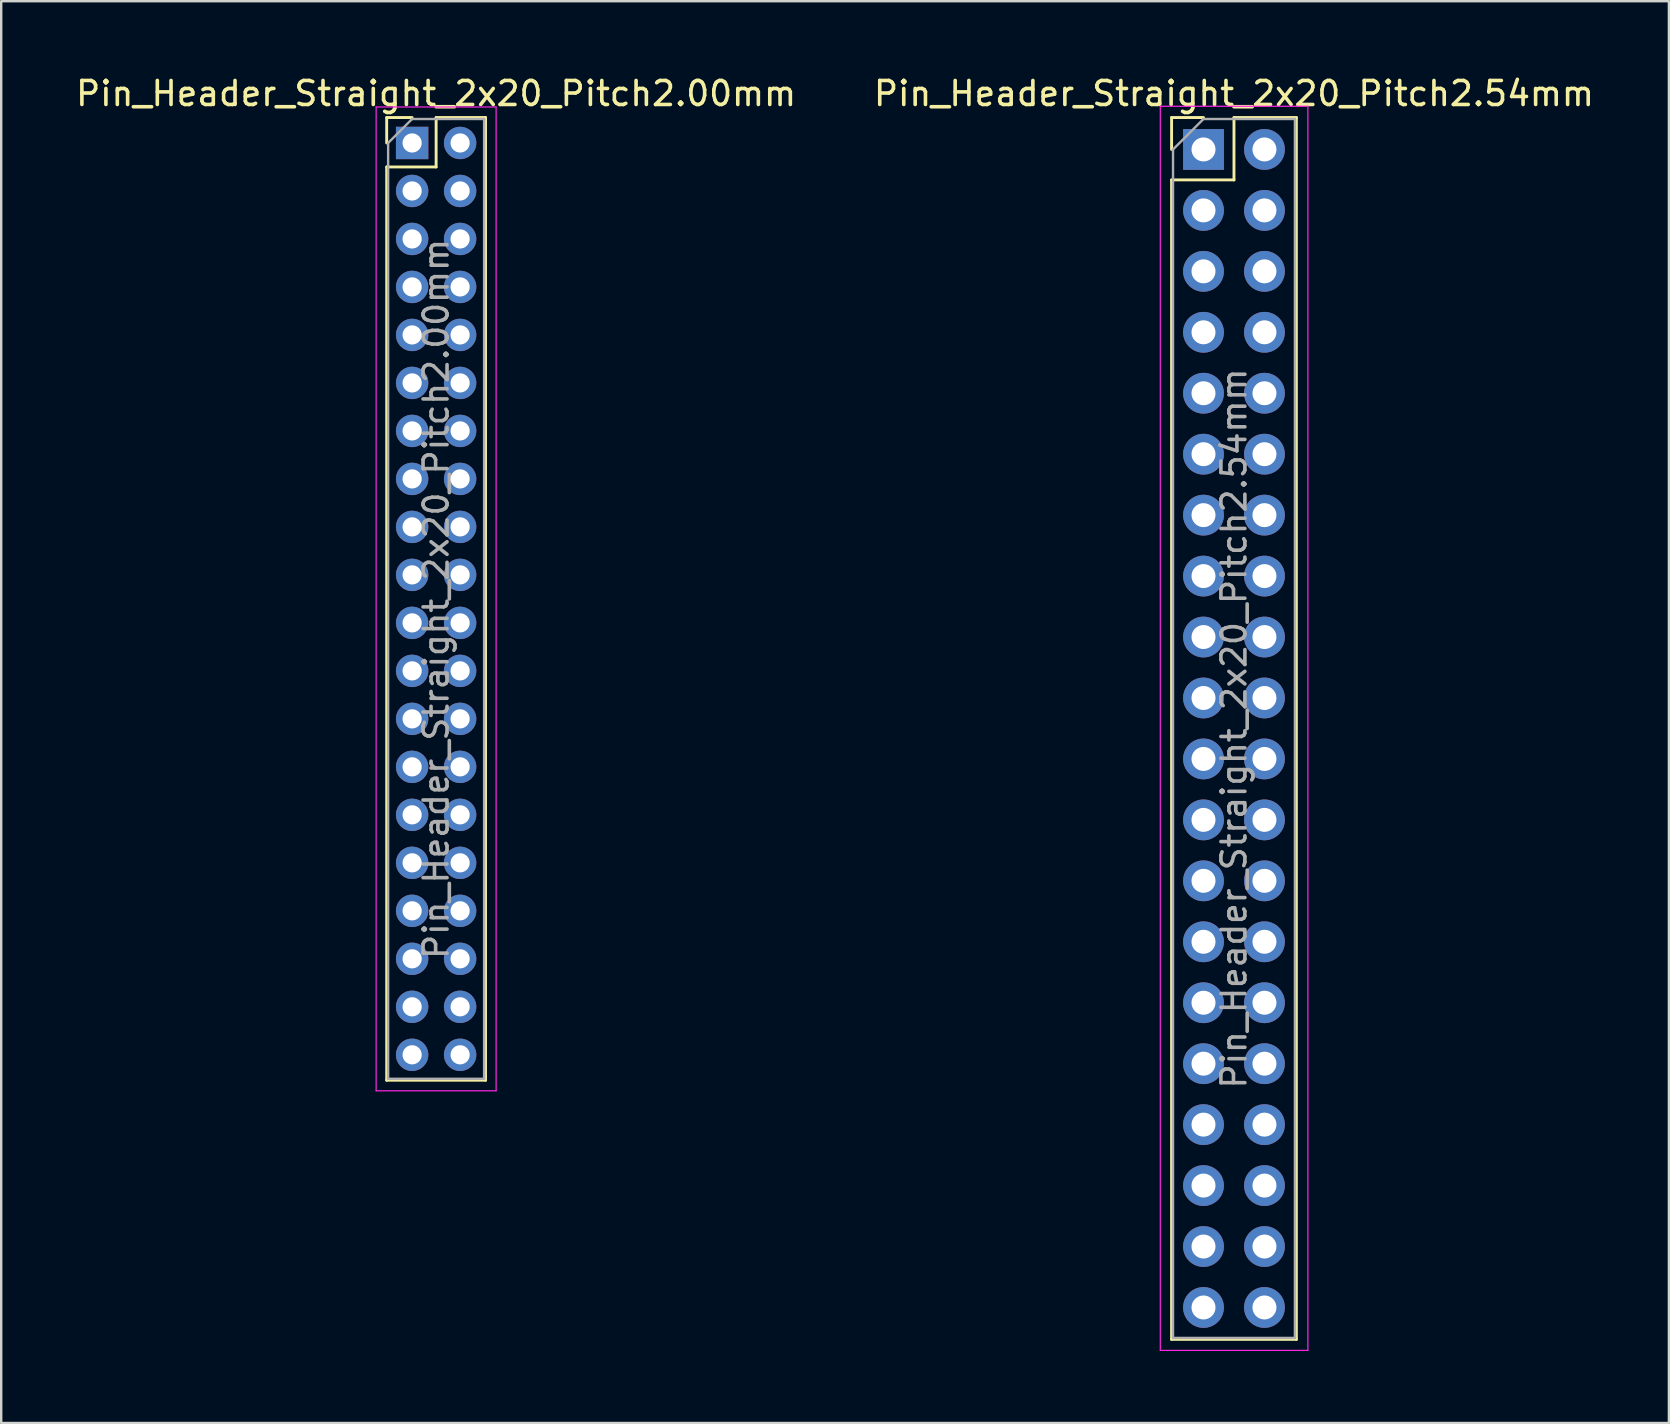
<source format=kicad_pcb>
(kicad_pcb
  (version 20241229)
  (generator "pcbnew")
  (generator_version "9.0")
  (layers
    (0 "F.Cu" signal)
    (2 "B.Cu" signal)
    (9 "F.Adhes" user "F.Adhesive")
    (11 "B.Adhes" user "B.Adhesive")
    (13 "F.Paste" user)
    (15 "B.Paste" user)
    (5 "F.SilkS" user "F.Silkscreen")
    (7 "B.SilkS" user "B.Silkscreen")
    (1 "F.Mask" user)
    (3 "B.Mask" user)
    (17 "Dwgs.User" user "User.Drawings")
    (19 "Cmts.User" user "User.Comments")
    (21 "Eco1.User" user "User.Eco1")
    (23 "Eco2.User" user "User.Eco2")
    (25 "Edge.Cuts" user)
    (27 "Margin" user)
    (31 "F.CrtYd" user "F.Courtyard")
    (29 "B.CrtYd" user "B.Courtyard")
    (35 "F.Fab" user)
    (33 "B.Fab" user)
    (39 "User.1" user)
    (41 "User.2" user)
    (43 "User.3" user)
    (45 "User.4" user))
  (footprint "Pin_Header_Straight_2x20_Pitch2.54mm"
    (layer "F.Cu")
    (at 47.105 3.178)
    (property "Reference" "Pin_Header_Straight_2x20_Pitch2.54mm" (at 1.27 -2.33 0) (layer "F.SilkS") (effects (font (size 1 1) (thickness 0.15))))
    (attr through_hole)
    (fp_line (start -1.33 -1.33) (end 0 -1.33) (stroke (width 0.12) (type solid)) (layer "F.SilkS"))
    (fp_line (start -1.33 0) (end -1.33 -1.33) (stroke (width 0.12) (type solid)) (layer "F.SilkS"))
    (fp_line (start -1.33 1.27) (end -1.33 49.59) (stroke (width 0.12) (type solid)) (layer "F.SilkS"))
    (fp_line (start -1.33 1.27) (end 1.27 1.27) (stroke (width 0.12) (type solid)) (layer "F.SilkS"))
    (fp_line (start -1.33 49.59) (end 3.87 49.59) (stroke (width 0.12) (type solid)) (layer "F.SilkS"))
    (fp_line (start 1.27 -1.33) (end 3.87 -1.33) (stroke (width 0.12) (type solid)) (layer "F.SilkS"))
    (fp_line (start 1.27 1.27) (end 1.27 -1.33) (stroke (width 0.12) (type solid)) (layer "F.SilkS"))
    (fp_line (start 3.87 -1.33) (end 3.87 49.59) (stroke (width 0.12) (type solid)) (layer "F.SilkS"))
    (fp_line (start -1.8 -1.8) (end -1.8 50.05) (stroke (width 0.05) (type solid)) (layer "F.CrtYd"))
    (fp_line (start -1.8 50.05) (end 4.35 50.05) (stroke (width 0.05) (type solid)) (layer "F.CrtYd"))
    (fp_line (start 4.35 -1.8) (end -1.8 -1.8) (stroke (width 0.05) (type solid)) (layer "F.CrtYd"))
    (fp_line (start 4.35 50.05) (end 4.35 -1.8) (stroke (width 0.05) (type solid)) (layer "F.CrtYd"))
    (fp_line (start -1.27 0) (end 0 -1.27) (stroke (width 0.1) (type solid)) (layer "F.Fab"))
    (fp_line (start -1.27 49.53) (end -1.27 0) (stroke (width 0.1) (type solid)) (layer "F.Fab"))
    (fp_line (start 0 -1.27) (end 3.81 -1.27) (stroke (width 0.1) (type solid)) (layer "F.Fab"))
    (fp_line (start 3.81 -1.27) (end 3.81 49.53) (stroke (width 0.1) (type solid)) (layer "F.Fab"))
    (fp_line (start 3.81 49.53) (end -1.27 49.53) (stroke (width 0.1) (type solid)) (layer "F.Fab"))
    (fp_text user "${REFERENCE}" (at 1.27 24.13 90) (layer "F.Fab") (effects (font (size 1 1) (thickness 0.15))))
    (pad "1" thru_hole rect (at 0 0) (size 1.7 1.7) (drill 1) (layers "*.Cu" "*.Mask"))
    (pad "2" thru_hole oval (at 2.54 0) (size 1.7 1.7) (drill 1) (layers "*.Cu" "*.Mask"))
    (pad "3" thru_hole oval (at 0 2.54) (size 1.7 1.7) (drill 1) (layers "*.Cu" "*.Mask"))
    (pad "4" thru_hole oval (at 2.54 2.54) (size 1.7 1.7) (drill 1) (layers "*.Cu" "*.Mask"))
    (pad "5" thru_hole oval (at 0 5.08) (size 1.7 1.7) (drill 1) (layers "*.Cu" "*.Mask"))
    (pad "6" thru_hole oval (at 2.54 5.08) (size 1.7 1.7) (drill 1) (layers "*.Cu" "*.Mask"))
    (pad "7" thru_hole oval (at 0 7.62) (size 1.7 1.7) (drill 1) (layers "*.Cu" "*.Mask"))
    (pad "8" thru_hole oval (at 2.54 7.62) (size 1.7 1.7) (drill 1) (layers "*.Cu" "*.Mask"))
    (pad "9" thru_hole oval (at 0 10.16) (size 1.7 1.7) (drill 1) (layers "*.Cu" "*.Mask"))
    (pad "10" thru_hole oval (at 2.54 10.16) (size 1.7 1.7) (drill 1) (layers "*.Cu" "*.Mask"))
    (pad "11" thru_hole oval (at 0 12.7) (size 1.7 1.7) (drill 1) (layers "*.Cu" "*.Mask"))
    (pad "12" thru_hole oval (at 2.54 12.7) (size 1.7 1.7) (drill 1) (layers "*.Cu" "*.Mask"))
    (pad "13" thru_hole oval (at 0 15.24) (size 1.7 1.7) (drill 1) (layers "*.Cu" "*.Mask"))
    (pad "14" thru_hole oval (at 2.54 15.24) (size 1.7 1.7) (drill 1) (layers "*.Cu" "*.Mask"))
    (pad "15" thru_hole oval (at 0 17.78) (size 1.7 1.7) (drill 1) (layers "*.Cu" "*.Mask"))
    (pad "16" thru_hole oval (at 2.54 17.78) (size 1.7 1.7) (drill 1) (layers "*.Cu" "*.Mask"))
    (pad "17" thru_hole oval (at 0 20.32) (size 1.7 1.7) (drill 1) (layers "*.Cu" "*.Mask"))
    (pad "18" thru_hole oval (at 2.54 20.32) (size 1.7 1.7) (drill 1) (layers "*.Cu" "*.Mask"))
    (pad "19" thru_hole oval (at 0 22.86) (size 1.7 1.7) (drill 1) (layers "*.Cu" "*.Mask"))
    (pad "20" thru_hole oval (at 2.54 22.86) (size 1.7 1.7) (drill 1) (layers "*.Cu" "*.Mask"))
    (pad "21" thru_hole oval (at 0 25.4) (size 1.7 1.7) (drill 1) (layers "*.Cu" "*.Mask"))
    (pad "22" thru_hole oval (at 2.54 25.4) (size 1.7 1.7) (drill 1) (layers "*.Cu" "*.Mask"))
    (pad "23" thru_hole oval (at 0 27.94) (size 1.7 1.7) (drill 1) (layers "*.Cu" "*.Mask"))
    (pad "24" thru_hole oval (at 2.54 27.94) (size 1.7 1.7) (drill 1) (layers "*.Cu" "*.Mask"))
    (pad "25" thru_hole oval (at 0 30.48) (size 1.7 1.7) (drill 1) (layers "*.Cu" "*.Mask"))
    (pad "26" thru_hole oval (at 2.54 30.48) (size 1.7 1.7) (drill 1) (layers "*.Cu" "*.Mask"))
    (pad "27" thru_hole oval (at 0 33.02) (size 1.7 1.7) (drill 1) (layers "*.Cu" "*.Mask"))
    (pad "28" thru_hole oval (at 2.54 33.02) (size 1.7 1.7) (drill 1) (layers "*.Cu" "*.Mask"))
    (pad "29" thru_hole oval (at 0 35.56) (size 1.7 1.7) (drill 1) (layers "*.Cu" "*.Mask"))
    (pad "30" thru_hole oval (at 2.54 35.56) (size 1.7 1.7) (drill 1) (layers "*.Cu" "*.Mask"))
    (pad "31" thru_hole oval (at 0 38.1) (size 1.7 1.7) (drill 1) (layers "*.Cu" "*.Mask"))
    (pad "32" thru_hole oval (at 2.54 38.1) (size 1.7 1.7) (drill 1) (layers "*.Cu" "*.Mask"))
    (pad "33" thru_hole oval (at 0 40.64) (size 1.7 1.7) (drill 1) (layers "*.Cu" "*.Mask"))
    (pad "34" thru_hole oval (at 2.54 40.64) (size 1.7 1.7) (drill 1) (layers "*.Cu" "*.Mask"))
    (pad "35" thru_hole oval (at 0 43.18) (size 1.7 1.7) (drill 1) (layers "*.Cu" "*.Mask"))
    (pad "36" thru_hole oval (at 2.54 43.18) (size 1.7 1.7) (drill 1) (layers "*.Cu" "*.Mask"))
    (pad "37" thru_hole oval (at 0 45.72) (size 1.7 1.7) (drill 1) (layers "*.Cu" "*.Mask"))
    (pad "38" thru_hole oval (at 2.54 45.72) (size 1.7 1.7) (drill 1) (layers "*.Cu" "*.Mask"))
    (pad "39" thru_hole oval (at 0 48.26) (size 1.7 1.7) (drill 1) (layers "*.Cu" "*.Mask"))
    (pad "40" thru_hole oval (at 2.54 48.26) (size 1.7 1.7) (drill 1) (layers "*.Cu" "*.Mask")))
  (footprint "Pin_Header_Straight_2x20_Pitch2.00mm"
    (layer "F.Cu")
    (at 14.125 2.908)
    (property "Reference" "Pin_Header_Straight_2x20_Pitch2.00mm" (at 1 -2.06 0) (layer "F.SilkS") (effects (font (size 1 1) (thickness 0.15))))
    (attr through_hole)
    (fp_line (start -1.06 -1.06) (end 0 -1.06) (stroke (width 0.12) (type solid)) (layer "F.SilkS"))
    (fp_line (start -1.06 0) (end -1.06 -1.06) (stroke (width 0.12) (type solid)) (layer "F.SilkS"))
    (fp_line (start -1.06 1) (end -1.06 39.06) (stroke (width 0.12) (type solid)) (layer "F.SilkS"))
    (fp_line (start -1.06 1) (end 1 1) (stroke (width 0.12) (type solid)) (layer "F.SilkS"))
    (fp_line (start -1.06 39.06) (end 3.06 39.06) (stroke (width 0.12) (type solid)) (layer "F.SilkS"))
    (fp_line (start 1 -1.06) (end 3.06 -1.06) (stroke (width 0.12) (type solid)) (layer "F.SilkS"))
    (fp_line (start 1 1) (end 1 -1.06) (stroke (width 0.12) (type solid)) (layer "F.SilkS"))
    (fp_line (start 3.06 -1.06) (end 3.06 39.06) (stroke (width 0.12) (type solid)) (layer "F.SilkS"))
    (fp_line (start -1.5 -1.5) (end -1.5 39.5) (stroke (width 0.05) (type solid)) (layer "F.CrtYd"))
    (fp_line (start -1.5 39.5) (end 3.5 39.5) (stroke (width 0.05) (type solid)) (layer "F.CrtYd"))
    (fp_line (start 3.5 -1.5) (end -1.5 -1.5) (stroke (width 0.05) (type solid)) (layer "F.CrtYd"))
    (fp_line (start 3.5 39.5) (end 3.5 -1.5) (stroke (width 0.05) (type solid)) (layer "F.CrtYd"))
    (fp_line (start -1 0) (end 0 -1) (stroke (width 0.1) (type solid)) (layer "F.Fab"))
    (fp_line (start -1 39) (end -1 0) (stroke (width 0.1) (type solid)) (layer "F.Fab"))
    (fp_line (start 0 -1) (end 3 -1) (stroke (width 0.1) (type solid)) (layer "F.Fab"))
    (fp_line (start 3 -1) (end 3 39) (stroke (width 0.1) (type solid)) (layer "F.Fab"))
    (fp_line (start 3 39) (end -1 39) (stroke (width 0.1) (type solid)) (layer "F.Fab"))
    (fp_text user "${REFERENCE}" (at 1 19 90) (layer "F.Fab") (effects (font (size 1 1) (thickness 0.15))))
    (pad "1" thru_hole rect (at 0 0) (size 1.35 1.35) (drill 0.8) (layers "*.Cu" "*.Mask"))
    (pad "2" thru_hole oval (at 2 0) (size 1.35 1.35) (drill 0.8) (layers "*.Cu" "*.Mask"))
    (pad "3" thru_hole oval (at 0 2) (size 1.35 1.35) (drill 0.8) (layers "*.Cu" "*.Mask"))
    (pad "4" thru_hole oval (at 2 2) (size 1.35 1.35) (drill 0.8) (layers "*.Cu" "*.Mask"))
    (pad "5" thru_hole oval (at 0 4) (size 1.35 1.35) (drill 0.8) (layers "*.Cu" "*.Mask"))
    (pad "6" thru_hole oval (at 2 4) (size 1.35 1.35) (drill 0.8) (layers "*.Cu" "*.Mask"))
    (pad "7" thru_hole oval (at 0 6) (size 1.35 1.35) (drill 0.8) (layers "*.Cu" "*.Mask"))
    (pad "8" thru_hole oval (at 2 6) (size 1.35 1.35) (drill 0.8) (layers "*.Cu" "*.Mask"))
    (pad "9" thru_hole oval (at 0 8) (size 1.35 1.35) (drill 0.8) (layers "*.Cu" "*.Mask"))
    (pad "10" thru_hole oval (at 2 8) (size 1.35 1.35) (drill 0.8) (layers "*.Cu" "*.Mask"))
    (pad "11" thru_hole oval (at 0 10) (size 1.35 1.35) (drill 0.8) (layers "*.Cu" "*.Mask"))
    (pad "12" thru_hole oval (at 2 10) (size 1.35 1.35) (drill 0.8) (layers "*.Cu" "*.Mask"))
    (pad "13" thru_hole oval (at 0 12) (size 1.35 1.35) (drill 0.8) (layers "*.Cu" "*.Mask"))
    (pad "14" thru_hole oval (at 2 12) (size 1.35 1.35) (drill 0.8) (layers "*.Cu" "*.Mask"))
    (pad "15" thru_hole oval (at 0 14) (size 1.35 1.35) (drill 0.8) (layers "*.Cu" "*.Mask"))
    (pad "16" thru_hole oval (at 2 14) (size 1.35 1.35) (drill 0.8) (layers "*.Cu" "*.Mask"))
    (pad "17" thru_hole oval (at 0 16) (size 1.35 1.35) (drill 0.8) (layers "*.Cu" "*.Mask"))
    (pad "18" thru_hole oval (at 2 16) (size 1.35 1.35) (drill 0.8) (layers "*.Cu" "*.Mask"))
    (pad "19" thru_hole oval (at 0 18) (size 1.35 1.35) (drill 0.8) (layers "*.Cu" "*.Mask"))
    (pad "20" thru_hole oval (at 2 18) (size 1.35 1.35) (drill 0.8) (layers "*.Cu" "*.Mask"))
    (pad "21" thru_hole oval (at 0 20) (size 1.35 1.35) (drill 0.8) (layers "*.Cu" "*.Mask"))
    (pad "22" thru_hole oval (at 2 20) (size 1.35 1.35) (drill 0.8) (layers "*.Cu" "*.Mask"))
    (pad "23" thru_hole oval (at 0 22) (size 1.35 1.35) (drill 0.8) (layers "*.Cu" "*.Mask"))
    (pad "24" thru_hole oval (at 2 22) (size 1.35 1.35) (drill 0.8) (layers "*.Cu" "*.Mask"))
    (pad "25" thru_hole oval (at 0 24) (size 1.35 1.35) (drill 0.8) (layers "*.Cu" "*.Mask"))
    (pad "26" thru_hole oval (at 2 24) (size 1.35 1.35) (drill 0.8) (layers "*.Cu" "*.Mask"))
    (pad "27" thru_hole oval (at 0 26) (size 1.35 1.35) (drill 0.8) (layers "*.Cu" "*.Mask"))
    (pad "28" thru_hole oval (at 2 26) (size 1.35 1.35) (drill 0.8) (layers "*.Cu" "*.Mask"))
    (pad "29" thru_hole oval (at 0 28) (size 1.35 1.35) (drill 0.8) (layers "*.Cu" "*.Mask"))
    (pad "30" thru_hole oval (at 2 28) (size 1.35 1.35) (drill 0.8) (layers "*.Cu" "*.Mask"))
    (pad "31" thru_hole oval (at 0 30) (size 1.35 1.35) (drill 0.8) (layers "*.Cu" "*.Mask"))
    (pad "32" thru_hole oval (at 2 30) (size 1.35 1.35) (drill 0.8) (layers "*.Cu" "*.Mask"))
    (pad "33" thru_hole oval (at 0 32) (size 1.35 1.35) (drill 0.8) (layers "*.Cu" "*.Mask"))
    (pad "34" thru_hole oval (at 2 32) (size 1.35 1.35) (drill 0.8) (layers "*.Cu" "*.Mask"))
    (pad "35" thru_hole oval (at 0 34) (size 1.35 1.35) (drill 0.8) (layers "*.Cu" "*.Mask"))
    (pad "36" thru_hole oval (at 2 34) (size 1.35 1.35) (drill 0.8) (layers "*.Cu" "*.Mask"))
    (pad "37" thru_hole oval (at 0 36) (size 1.35 1.35) (drill 0.8) (layers "*.Cu" "*.Mask"))
    (pad "38" thru_hole oval (at 2 36) (size 1.35 1.35) (drill 0.8) (layers "*.Cu" "*.Mask"))
    (pad "39" thru_hole oval (at 0 38) (size 1.35 1.35) (drill 0.8) (layers "*.Cu" "*.Mask"))
    (pad "40" thru_hole oval (at 2 38) (size 1.35 1.35) (drill 0.8) (layers "*.Cu" "*.Mask")))
  (gr_rect
    (start -3 -3)
    (end 66.5 56.253)
    (stroke (width 0.1) (type default))
    (fill no)
    (layer "Edge.Cuts")))
</source>
